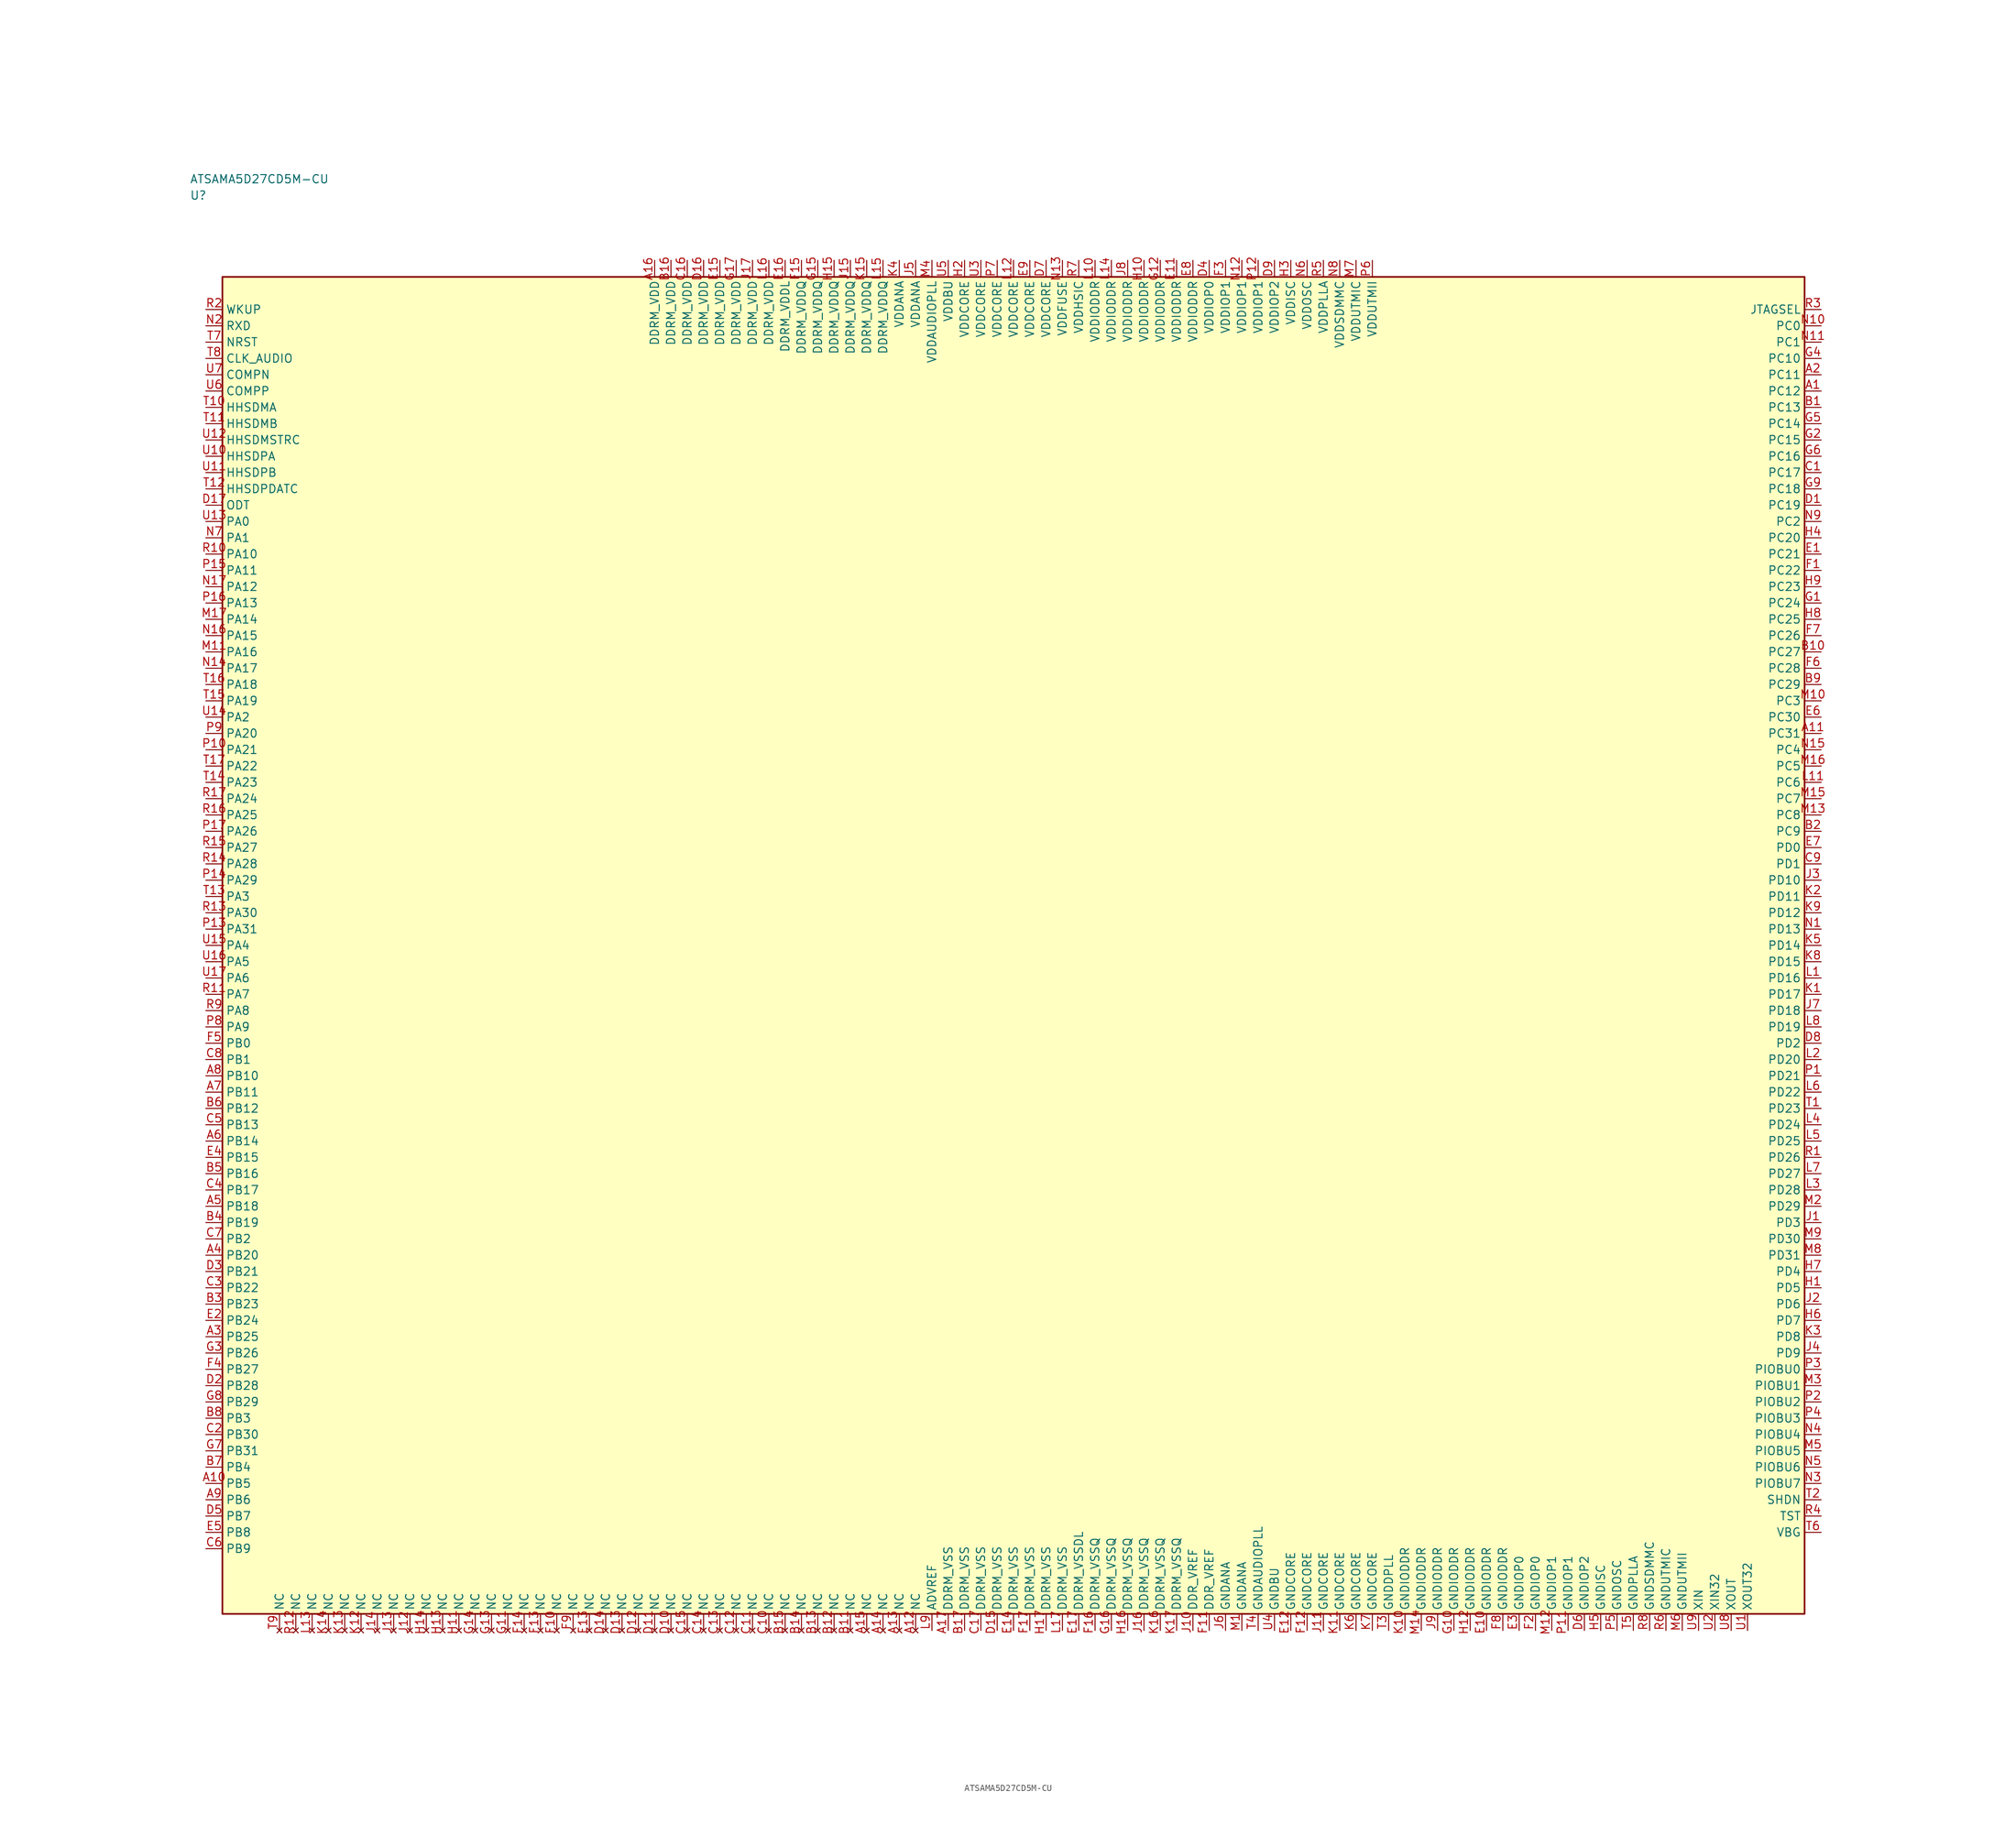
<source format=kicad_sym>
(kicad_symbol_lib
  (version 20241025)
  (generator "kicad_symbol_editor")
  (generator_version "8.0")
  (symbol "ATSAMA5D27CD5M-CU"
    (property "Reference" "U"
      (at -126.25 115.0 0)
      (effects (font (size 1.27 1.27)) (justify left)))
    (property "Value" "ATSAMA5D27CD5M-CU"
      (at -126.25 117.5 0)
      (effects (font (size 1.27 1.27)) (justify left)))
    (symbol "ATSAMA5D27CD5M-CU_0_1"
      (rectangle (start -121.25 102.5) (end 121.25 -102.5) (stroke (width 0.254) (type default)) (fill (type background))))
    (symbol "ATSAMA5D27CD5M-CU_1_1"
      (pin bidirectional line (at -123.79 65.0 0.0) (length 2.54) (name "PA0" (effects (font (size 1.27 1.27)))) (number "U13" (effects (font (size 1.27 1.27)))))
      (pin bidirectional line (at -123.79 62.5 0.0) (length 2.54) (name "PA1" (effects (font (size 1.27 1.27)))) (number "N7" (effects (font (size 1.27 1.27)))))
      (pin bidirectional line (at -123.79 35.0 0.0) (length 2.54) (name "PA2" (effects (font (size 1.27 1.27)))) (number "U14" (effects (font (size 1.27 1.27)))))
      (pin bidirectional line (at -123.79 7.5 0.0) (length 2.54) (name "PA3" (effects (font (size 1.27 1.27)))) (number "T13" (effects (font (size 1.27 1.27)))))
      (pin bidirectional line (at -123.79 0.0 0.0) (length 2.54) (name "PA4" (effects (font (size 1.27 1.27)))) (number "U15" (effects (font (size 1.27 1.27)))))
      (pin bidirectional line (at -123.79 -2.5 0.0) (length 2.54) (name "PA5" (effects (font (size 1.27 1.27)))) (number "U16" (effects (font (size 1.27 1.27)))))
      (pin bidirectional line (at -123.79 -5.0 0.0) (length 2.54) (name "PA6" (effects (font (size 1.27 1.27)))) (number "U17" (effects (font (size 1.27 1.27)))))
      (pin bidirectional line (at -123.79 -7.5 0.0) (length 2.54) (name "PA7" (effects (font (size 1.27 1.27)))) (number "R11" (effects (font (size 1.27 1.27)))))
      (pin bidirectional line (at -123.79 -10.0 0.0) (length 2.54) (name "PA8" (effects (font (size 1.27 1.27)))) (number "R9" (effects (font (size 1.27 1.27)))))
      (pin bidirectional line (at -123.79 -12.5 0.0) (length 2.54) (name "PA9" (effects (font (size 1.27 1.27)))) (number "P8" (effects (font (size 1.27 1.27)))))
      (pin bidirectional line (at -123.79 60.0 0.0) (length 2.54) (name "PA10" (effects (font (size 1.27 1.27)))) (number "R10" (effects (font (size 1.27 1.27)))))
      (pin bidirectional line (at -123.79 57.5 0.0) (length 2.54) (name "PA11" (effects (font (size 1.27 1.27)))) (number "P15" (effects (font (size 1.27 1.27)))))
      (pin bidirectional line (at -123.79 55.0 0.0) (length 2.54) (name "PA12" (effects (font (size 1.27 1.27)))) (number "N17" (effects (font (size 1.27 1.27)))))
      (pin bidirectional line (at -123.79 52.5 0.0) (length 2.54) (name "PA13" (effects (font (size 1.27 1.27)))) (number "P16" (effects (font (size 1.27 1.27)))))
      (pin bidirectional line (at -123.79 50.0 0.0) (length 2.54) (name "PA14" (effects (font (size 1.27 1.27)))) (number "M17" (effects (font (size 1.27 1.27)))))
      (pin bidirectional line (at -123.79 47.5 0.0) (length 2.54) (name "PA15" (effects (font (size 1.27 1.27)))) (number "N16" (effects (font (size 1.27 1.27)))))
      (pin bidirectional line (at -123.79 45.0 0.0) (length 2.54) (name "PA16" (effects (font (size 1.27 1.27)))) (number "M11" (effects (font (size 1.27 1.27)))))
      (pin bidirectional line (at -123.79 42.5 0.0) (length 2.54) (name "PA17" (effects (font (size 1.27 1.27)))) (number "N14" (effects (font (size 1.27 1.27)))))
      (pin bidirectional line (at -123.79 40.0 0.0) (length 2.54) (name "PA18" (effects (font (size 1.27 1.27)))) (number "T16" (effects (font (size 1.27 1.27)))))
      (pin bidirectional line (at -123.79 37.5 0.0) (length 2.54) (name "PA19" (effects (font (size 1.27 1.27)))) (number "T15" (effects (font (size 1.27 1.27)))))
      (pin bidirectional line (at -123.79 32.5 0.0) (length 2.54) (name "PA20" (effects (font (size 1.27 1.27)))) (number "P9" (effects (font (size 1.27 1.27)))))
      (pin bidirectional line (at -123.79 30.0 0.0) (length 2.54) (name "PA21" (effects (font (size 1.27 1.27)))) (number "P10" (effects (font (size 1.27 1.27)))))
      (pin bidirectional line (at -123.79 27.5 0.0) (length 2.54) (name "PA22" (effects (font (size 1.27 1.27)))) (number "T17" (effects (font (size 1.27 1.27)))))
      (pin bidirectional line (at -123.79 25.0 0.0) (length 2.54) (name "PA23" (effects (font (size 1.27 1.27)))) (number "T14" (effects (font (size 1.27 1.27)))))
      (pin bidirectional line (at -123.79 22.5 0.0) (length 2.54) (name "PA24" (effects (font (size 1.27 1.27)))) (number "R17" (effects (font (size 1.27 1.27)))))
      (pin bidirectional line (at -123.79 20.0 0.0) (length 2.54) (name "PA25" (effects (font (size 1.27 1.27)))) (number "R16" (effects (font (size 1.27 1.27)))))
      (pin bidirectional line (at -123.79 17.5 0.0) (length 2.54) (name "PA26" (effects (font (size 1.27 1.27)))) (number "P17" (effects (font (size 1.27 1.27)))))
      (pin bidirectional line (at -123.79 15.0 0.0) (length 2.54) (name "PA27" (effects (font (size 1.27 1.27)))) (number "R15" (effects (font (size 1.27 1.27)))))
      (pin bidirectional line (at -123.79 12.5 0.0) (length 2.54) (name "PA28" (effects (font (size 1.27 1.27)))) (number "R14" (effects (font (size 1.27 1.27)))))
      (pin bidirectional line (at -123.79 10.0 0.0) (length 2.54) (name "PA29" (effects (font (size 1.27 1.27)))) (number "P14" (effects (font (size 1.27 1.27)))))
      (pin bidirectional line (at -123.79 5.0 0.0) (length 2.54) (name "PA30" (effects (font (size 1.27 1.27)))) (number "R13" (effects (font (size 1.27 1.27)))))
      (pin bidirectional line (at -123.79 2.5 0.0) (length 2.54) (name "PA31" (effects (font (size 1.27 1.27)))) (number "P13" (effects (font (size 1.27 1.27)))))
      (pin bidirectional line (at -123.79 -15.0 0.0) (length 2.54) (name "PB0" (effects (font (size 1.27 1.27)))) (number "F5" (effects (font (size 1.27 1.27)))))
      (pin bidirectional line (at -123.79 -17.5 0.0) (length 2.54) (name "PB1" (effects (font (size 1.27 1.27)))) (number "C8" (effects (font (size 1.27 1.27)))))
      (pin bidirectional line (at -123.79 -45.0 0.0) (length 2.54) (name "PB2" (effects (font (size 1.27 1.27)))) (number "C7" (effects (font (size 1.27 1.27)))))
      (pin bidirectional line (at -123.79 -72.5 0.0) (length 2.54) (name "PB3" (effects (font (size 1.27 1.27)))) (number "B8" (effects (font (size 1.27 1.27)))))
      (pin bidirectional line (at -123.79 -80.0 0.0) (length 2.54) (name "PB4" (effects (font (size 1.27 1.27)))) (number "B7" (effects (font (size 1.27 1.27)))))
      (pin bidirectional line (at -123.79 -82.5 0.0) (length 2.54) (name "PB5" (effects (font (size 1.27 1.27)))) (number "A10" (effects (font (size 1.27 1.27)))))
      (pin bidirectional line (at -123.79 -85.0 0.0) (length 2.54) (name "PB6" (effects (font (size 1.27 1.27)))) (number "A9" (effects (font (size 1.27 1.27)))))
      (pin bidirectional line (at -123.79 -87.5 0.0) (length 2.54) (name "PB7" (effects (font (size 1.27 1.27)))) (number "D5" (effects (font (size 1.27 1.27)))))
      (pin bidirectional line (at -123.79 -90.0 0.0) (length 2.54) (name "PB8" (effects (font (size 1.27 1.27)))) (number "E5" (effects (font (size 1.27 1.27)))))
      (pin bidirectional line (at -123.79 -92.5 0.0) (length 2.54) (name "PB9" (effects (font (size 1.27 1.27)))) (number "C6" (effects (font (size 1.27 1.27)))))
      (pin bidirectional line (at -123.79 -20.0 0.0) (length 2.54) (name "PB10" (effects (font (size 1.27 1.27)))) (number "A8" (effects (font (size 1.27 1.27)))))
      (pin bidirectional line (at -123.79 -22.5 0.0) (length 2.54) (name "PB11" (effects (font (size 1.27 1.27)))) (number "A7" (effects (font (size 1.27 1.27)))))
      (pin bidirectional line (at -123.79 -25.0 0.0) (length 2.54) (name "PB12" (effects (font (size 1.27 1.27)))) (number "B6" (effects (font (size 1.27 1.27)))))
      (pin bidirectional line (at -123.79 -27.5 0.0) (length 2.54) (name "PB13" (effects (font (size 1.27 1.27)))) (number "C5" (effects (font (size 1.27 1.27)))))
      (pin bidirectional line (at -123.79 -30.0 0.0) (length 2.54) (name "PB14" (effects (font (size 1.27 1.27)))) (number "A6" (effects (font (size 1.27 1.27)))))
      (pin bidirectional line (at -123.79 -32.5 0.0) (length 2.54) (name "PB15" (effects (font (size 1.27 1.27)))) (number "E4" (effects (font (size 1.27 1.27)))))
      (pin bidirectional line (at -123.79 -35.0 0.0) (length 2.54) (name "PB16" (effects (font (size 1.27 1.27)))) (number "B5" (effects (font (size 1.27 1.27)))))
      (pin bidirectional line (at -123.79 -37.5 0.0) (length 2.54) (name "PB17" (effects (font (size 1.27 1.27)))) (number "C4" (effects (font (size 1.27 1.27)))))
      (pin bidirectional line (at -123.79 -40.0 0.0) (length 2.54) (name "PB18" (effects (font (size 1.27 1.27)))) (number "A5" (effects (font (size 1.27 1.27)))))
      (pin bidirectional line (at -123.79 -42.5 0.0) (length 2.54) (name "PB19" (effects (font (size 1.27 1.27)))) (number "B4" (effects (font (size 1.27 1.27)))))
      (pin bidirectional line (at -123.79 -47.5 0.0) (length 2.54) (name "PB20" (effects (font (size 1.27 1.27)))) (number "A4" (effects (font (size 1.27 1.27)))))
      (pin bidirectional line (at -123.79 -50.0 0.0) (length 2.54) (name "PB21" (effects (font (size 1.27 1.27)))) (number "D3" (effects (font (size 1.27 1.27)))))
      (pin bidirectional line (at -123.79 -52.5 0.0) (length 2.54) (name "PB22" (effects (font (size 1.27 1.27)))) (number "C3" (effects (font (size 1.27 1.27)))))
      (pin bidirectional line (at -123.79 -55.0 0.0) (length 2.54) (name "PB23" (effects (font (size 1.27 1.27)))) (number "B3" (effects (font (size 1.27 1.27)))))
      (pin bidirectional line (at -123.79 -57.5 0.0) (length 2.54) (name "PB24" (effects (font (size 1.27 1.27)))) (number "E2" (effects (font (size 1.27 1.27)))))
      (pin bidirectional line (at -123.79 -60.0 0.0) (length 2.54) (name "PB25" (effects (font (size 1.27 1.27)))) (number "A3" (effects (font (size 1.27 1.27)))))
      (pin bidirectional line (at -123.79 -62.5 0.0) (length 2.54) (name "PB26" (effects (font (size 1.27 1.27)))) (number "G3" (effects (font (size 1.27 1.27)))))
      (pin bidirectional line (at -123.79 -65.0 0.0) (length 2.54) (name "PB27" (effects (font (size 1.27 1.27)))) (number "F4" (effects (font (size 1.27 1.27)))))
      (pin bidirectional line (at -123.79 -67.5 0.0) (length 2.54) (name "PB28" (effects (font (size 1.27 1.27)))) (number "D2" (effects (font (size 1.27 1.27)))))
      (pin bidirectional line (at -123.79 -70.0 0.0) (length 2.54) (name "PB29" (effects (font (size 1.27 1.27)))) (number "G8" (effects (font (size 1.27 1.27)))))
      (pin bidirectional line (at -123.79 -75.0 0.0) (length 2.54) (name "PB30" (effects (font (size 1.27 1.27)))) (number "C2" (effects (font (size 1.27 1.27)))))
      (pin bidirectional line (at -123.79 -77.5 0.0) (length 2.54) (name "PB31" (effects (font (size 1.27 1.27)))) (number "G7" (effects (font (size 1.27 1.27)))))
      (pin bidirectional line (at 123.79 95.0 180.0) (length 2.54) (name "PC0" (effects (font (size 1.27 1.27)))) (number "N10" (effects (font (size 1.27 1.27)))))
      (pin bidirectional line (at 123.79 92.5 180.0) (length 2.54) (name "PC1" (effects (font (size 1.27 1.27)))) (number "N11" (effects (font (size 1.27 1.27)))))
      (pin bidirectional line (at 123.79 65.0 180.0) (length 2.54) (name "PC2" (effects (font (size 1.27 1.27)))) (number "N9" (effects (font (size 1.27 1.27)))))
      (pin bidirectional line (at 123.79 37.5 180.0) (length 2.54) (name "PC3" (effects (font (size 1.27 1.27)))) (number "M10" (effects (font (size 1.27 1.27)))))
      (pin bidirectional line (at 123.79 30.0 180.0) (length 2.54) (name "PC4" (effects (font (size 1.27 1.27)))) (number "N15" (effects (font (size 1.27 1.27)))))
      (pin bidirectional line (at 123.79 27.5 180.0) (length 2.54) (name "PC5" (effects (font (size 1.27 1.27)))) (number "M16" (effects (font (size 1.27 1.27)))))
      (pin bidirectional line (at 123.79 25.0 180.0) (length 2.54) (name "PC6" (effects (font (size 1.27 1.27)))) (number "L11" (effects (font (size 1.27 1.27)))))
      (pin bidirectional line (at 123.79 22.5 180.0) (length 2.54) (name "PC7" (effects (font (size 1.27 1.27)))) (number "M15" (effects (font (size 1.27 1.27)))))
      (pin bidirectional line (at 123.79 20.0 180.0) (length 2.54) (name "PC8" (effects (font (size 1.27 1.27)))) (number "M13" (effects (font (size 1.27 1.27)))))
      (pin bidirectional line (at 123.79 17.5 180.0) (length 2.54) (name "PC9" (effects (font (size 1.27 1.27)))) (number "B2" (effects (font (size 1.27 1.27)))))
      (pin bidirectional line (at 123.79 90.0 180.0) (length 2.54) (name "PC10" (effects (font (size 1.27 1.27)))) (number "G4" (effects (font (size 1.27 1.27)))))
      (pin bidirectional line (at 123.79 87.5 180.0) (length 2.54) (name "PC11" (effects (font (size 1.27 1.27)))) (number "A2" (effects (font (size 1.27 1.27)))))
      (pin bidirectional line (at 123.79 85.0 180.0) (length 2.54) (name "PC12" (effects (font (size 1.27 1.27)))) (number "A1" (effects (font (size 1.27 1.27)))))
      (pin bidirectional line (at 123.79 82.5 180.0) (length 2.54) (name "PC13" (effects (font (size 1.27 1.27)))) (number "B1" (effects (font (size 1.27 1.27)))))
      (pin bidirectional line (at 123.79 80.0 180.0) (length 2.54) (name "PC14" (effects (font (size 1.27 1.27)))) (number "G5" (effects (font (size 1.27 1.27)))))
      (pin bidirectional line (at 123.79 77.5 180.0) (length 2.54) (name "PC15" (effects (font (size 1.27 1.27)))) (number "G2" (effects (font (size 1.27 1.27)))))
      (pin bidirectional line (at 123.79 75.0 180.0) (length 2.54) (name "PC16" (effects (font (size 1.27 1.27)))) (number "G6" (effects (font (size 1.27 1.27)))))
      (pin bidirectional line (at 123.79 72.5 180.0) (length 2.54) (name "PC17" (effects (font (size 1.27 1.27)))) (number "C1" (effects (font (size 1.27 1.27)))))
      (pin bidirectional line (at 123.79 70.0 180.0) (length 2.54) (name "PC18" (effects (font (size 1.27 1.27)))) (number "G9" (effects (font (size 1.27 1.27)))))
      (pin bidirectional line (at 123.79 67.5 180.0) (length 2.54) (name "PC19" (effects (font (size 1.27 1.27)))) (number "D1" (effects (font (size 1.27 1.27)))))
      (pin bidirectional line (at 123.79 62.5 180.0) (length 2.54) (name "PC20" (effects (font (size 1.27 1.27)))) (number "H4" (effects (font (size 1.27 1.27)))))
      (pin bidirectional line (at 123.79 60.0 180.0) (length 2.54) (name "PC21" (effects (font (size 1.27 1.27)))) (number "E1" (effects (font (size 1.27 1.27)))))
      (pin bidirectional line (at 123.79 57.5 180.0) (length 2.54) (name "PC22" (effects (font (size 1.27 1.27)))) (number "F1" (effects (font (size 1.27 1.27)))))
      (pin bidirectional line (at 123.79 55.0 180.0) (length 2.54) (name "PC23" (effects (font (size 1.27 1.27)))) (number "H9" (effects (font (size 1.27 1.27)))))
      (pin bidirectional line (at 123.79 52.5 180.0) (length 2.54) (name "PC24" (effects (font (size 1.27 1.27)))) (number "G1" (effects (font (size 1.27 1.27)))))
      (pin bidirectional line (at 123.79 50.0 180.0) (length 2.54) (name "PC25" (effects (font (size 1.27 1.27)))) (number "H8" (effects (font (size 1.27 1.27)))))
      (pin bidirectional line (at 123.79 47.5 180.0) (length 2.54) (name "PC26" (effects (font (size 1.27 1.27)))) (number "F7" (effects (font (size 1.27 1.27)))))
      (pin bidirectional line (at 123.79 45.0 180.0) (length 2.54) (name "PC27" (effects (font (size 1.27 1.27)))) (number "B10" (effects (font (size 1.27 1.27)))))
      (pin bidirectional line (at 123.79 42.5 180.0) (length 2.54) (name "PC28" (effects (font (size 1.27 1.27)))) (number "F6" (effects (font (size 1.27 1.27)))))
      (pin bidirectional line (at 123.79 40.0 180.0) (length 2.54) (name "PC29" (effects (font (size 1.27 1.27)))) (number "B9" (effects (font (size 1.27 1.27)))))
      (pin bidirectional line (at 123.79 35.0 180.0) (length 2.54) (name "PC30" (effects (font (size 1.27 1.27)))) (number "E6" (effects (font (size 1.27 1.27)))))
      (pin bidirectional line (at 123.79 32.5 180.0) (length 2.54) (name "PC31" (effects (font (size 1.27 1.27)))) (number "A11" (effects (font (size 1.27 1.27)))))
      (pin bidirectional line (at 123.79 15.0 180.0) (length 2.54) (name "PD0" (effects (font (size 1.27 1.27)))) (number "E7" (effects (font (size 1.27 1.27)))))
      (pin bidirectional line (at 123.79 12.5 180.0) (length 2.54) (name "PD1" (effects (font (size 1.27 1.27)))) (number "C9" (effects (font (size 1.27 1.27)))))
      (pin bidirectional line (at 123.79 -15.0 180.0) (length 2.54) (name "PD2" (effects (font (size 1.27 1.27)))) (number "D8" (effects (font (size 1.27 1.27)))))
      (pin bidirectional line (at 123.79 -42.5 180.0) (length 2.54) (name "PD3" (effects (font (size 1.27 1.27)))) (number "J1" (effects (font (size 1.27 1.27)))))
      (pin bidirectional line (at 123.79 -50.0 180.0) (length 2.54) (name "PD4" (effects (font (size 1.27 1.27)))) (number "H7" (effects (font (size 1.27 1.27)))))
      (pin bidirectional line (at 123.79 -52.5 180.0) (length 2.54) (name "PD5" (effects (font (size 1.27 1.27)))) (number "H1" (effects (font (size 1.27 1.27)))))
      (pin bidirectional line (at 123.79 -55.0 180.0) (length 2.54) (name "PD6" (effects (font (size 1.27 1.27)))) (number "J2" (effects (font (size 1.27 1.27)))))
      (pin bidirectional line (at 123.79 -57.5 180.0) (length 2.54) (name "PD7" (effects (font (size 1.27 1.27)))) (number "H6" (effects (font (size 1.27 1.27)))))
      (pin bidirectional line (at 123.79 -60.0 180.0) (length 2.54) (name "PD8" (effects (font (size 1.27 1.27)))) (number "K3" (effects (font (size 1.27 1.27)))))
      (pin bidirectional line (at 123.79 -62.5 180.0) (length 2.54) (name "PD9" (effects (font (size 1.27 1.27)))) (number "J4" (effects (font (size 1.27 1.27)))))
      (pin bidirectional line (at 123.79 10.0 180.0) (length 2.54) (name "PD10" (effects (font (size 1.27 1.27)))) (number "J3" (effects (font (size 1.27 1.27)))))
      (pin bidirectional line (at 123.79 7.5 180.0) (length 2.54) (name "PD11" (effects (font (size 1.27 1.27)))) (number "K2" (effects (font (size 1.27 1.27)))))
      (pin bidirectional line (at 123.79 5.0 180.0) (length 2.54) (name "PD12" (effects (font (size 1.27 1.27)))) (number "K9" (effects (font (size 1.27 1.27)))))
      (pin bidirectional line (at 123.79 2.5 180.0) (length 2.54) (name "PD13" (effects (font (size 1.27 1.27)))) (number "N1" (effects (font (size 1.27 1.27)))))
      (pin bidirectional line (at 123.79 0.0 180.0) (length 2.54) (name "PD14" (effects (font (size 1.27 1.27)))) (number "K5" (effects (font (size 1.27 1.27)))))
      (pin bidirectional line (at 123.79 -2.5 180.0) (length 2.54) (name "PD15" (effects (font (size 1.27 1.27)))) (number "K8" (effects (font (size 1.27 1.27)))))
      (pin bidirectional line (at 123.79 -5.0 180.0) (length 2.54) (name "PD16" (effects (font (size 1.27 1.27)))) (number "L1" (effects (font (size 1.27 1.27)))))
      (pin bidirectional line (at 123.79 -7.5 180.0) (length 2.54) (name "PD17" (effects (font (size 1.27 1.27)))) (number "K1" (effects (font (size 1.27 1.27)))))
      (pin bidirectional line (at 123.79 -10.0 180.0) (length 2.54) (name "PD18" (effects (font (size 1.27 1.27)))) (number "J7" (effects (font (size 1.27 1.27)))))
      (pin bidirectional line (at 123.79 -12.5 180.0) (length 2.54) (name "PD19" (effects (font (size 1.27 1.27)))) (number "L8" (effects (font (size 1.27 1.27)))))
      (pin bidirectional line (at 123.79 -17.5 180.0) (length 2.54) (name "PD20" (effects (font (size 1.27 1.27)))) (number "L2" (effects (font (size 1.27 1.27)))))
      (pin bidirectional line (at 123.79 -20.0 180.0) (length 2.54) (name "PD21" (effects (font (size 1.27 1.27)))) (number "P1" (effects (font (size 1.27 1.27)))))
      (pin bidirectional line (at 123.79 -22.5 180.0) (length 2.54) (name "PD22" (effects (font (size 1.27 1.27)))) (number "L6" (effects (font (size 1.27 1.27)))))
      (pin bidirectional line (at 123.79 -25.0 180.0) (length 2.54) (name "PD23" (effects (font (size 1.27 1.27)))) (number "T1" (effects (font (size 1.27 1.27)))))
      (pin bidirectional line (at 123.79 -27.5 180.0) (length 2.54) (name "PD24" (effects (font (size 1.27 1.27)))) (number "L4" (effects (font (size 1.27 1.27)))))
      (pin bidirectional line (at 123.79 -30.0 180.0) (length 2.54) (name "PD25" (effects (font (size 1.27 1.27)))) (number "L5" (effects (font (size 1.27 1.27)))))
      (pin bidirectional line (at 123.79 -32.5 180.0) (length 2.54) (name "PD26" (effects (font (size 1.27 1.27)))) (number "R1" (effects (font (size 1.27 1.27)))))
      (pin bidirectional line (at 123.79 -35.0 180.0) (length 2.54) (name "PD27" (effects (font (size 1.27 1.27)))) (number "L7" (effects (font (size 1.27 1.27)))))
      (pin bidirectional line (at 123.79 -37.5 180.0) (length 2.54) (name "PD28" (effects (font (size 1.27 1.27)))) (number "L3" (effects (font (size 1.27 1.27)))))
      (pin bidirectional line (at 123.79 -40.0 180.0) (length 2.54) (name "PD29" (effects (font (size 1.27 1.27)))) (number "M2" (effects (font (size 1.27 1.27)))))
      (pin bidirectional line (at 123.79 -45.0 180.0) (length 2.54) (name "PD30" (effects (font (size 1.27 1.27)))) (number "M9" (effects (font (size 1.27 1.27)))))
      (pin bidirectional line (at 123.79 -47.5 180.0) (length 2.54) (name "PD31" (effects (font (size 1.27 1.27)))) (number "M8" (effects (font (size 1.27 1.27)))))
      (pin passive line (at -12.5 -105.04 90.0) (length 2.54) (name "ADVREF" (effects (font (size 1.27 1.27)))) (number "L9" (effects (font (size 1.27 1.27)))))
      (pin power_in line (at -17.5 105.04 270.0) (length 2.54) (name "VDDANA" (effects (font (size 1.27 1.27)))) (number "K4" (effects (font (size 1.27 1.27)))))
      (pin power_in line (at -15.0 105.04 270.0) (length 2.54) (name "VDDANA" (effects (font (size 1.27 1.27)))) (number "J5" (effects (font (size 1.27 1.27)))))
      (pin passive line (at 32.5 -105.04 90.0) (length 2.54) (name "GNDANA" (effects (font (size 1.27 1.27)))) (number "J6" (effects (font (size 1.27 1.27)))))
      (pin passive line (at 35.0 -105.04 90.0) (length 2.54) (name "GNDANA" (effects (font (size 1.27 1.27)))) (number "M1" (effects (font (size 1.27 1.27)))))
      (pin passive line (at 27.5 -105.04 90.0) (length 2.54) (name "DDR_VREF" (effects (font (size 1.27 1.27)))) (number "J10" (effects (font (size 1.27 1.27)))))
      (pin passive line (at 30.0 -105.04 90.0) (length 2.54) (name "DDR_VREF" (effects (font (size 1.27 1.27)))) (number "F11" (effects (font (size 1.27 1.27)))))
      (pin power_in line (at 12.5 105.04 270.0) (length 2.54) (name "VDDIODDR" (effects (font (size 1.27 1.27)))) (number "L10" (effects (font (size 1.27 1.27)))))
      (pin power_in line (at 15.0 105.04 270.0) (length 2.54) (name "VDDIODDR" (effects (font (size 1.27 1.27)))) (number "L14" (effects (font (size 1.27 1.27)))))
      (pin power_in line (at 17.5 105.04 270.0) (length 2.54) (name "VDDIODDR" (effects (font (size 1.27 1.27)))) (number "J8" (effects (font (size 1.27 1.27)))))
      (pin power_in line (at 20.0 105.04 270.0) (length 2.54) (name "VDDIODDR" (effects (font (size 1.27 1.27)))) (number "H10" (effects (font (size 1.27 1.27)))))
      (pin power_in line (at 22.5 105.04 270.0) (length 2.54) (name "VDDIODDR" (effects (font (size 1.27 1.27)))) (number "G12" (effects (font (size 1.27 1.27)))))
      (pin power_in line (at 25.0 105.04 270.0) (length 2.54) (name "VDDIODDR" (effects (font (size 1.27 1.27)))) (number "E11" (effects (font (size 1.27 1.27)))))
      (pin power_in line (at 27.5 105.04 270.0) (length 2.54) (name "VDDIODDR" (effects (font (size 1.27 1.27)))) (number "E8" (effects (font (size 1.27 1.27)))))
      (pin passive line (at 60.0 -105.04 90.0) (length 2.54) (name "GNDIODDR" (effects (font (size 1.27 1.27)))) (number "K10" (effects (font (size 1.27 1.27)))))
      (pin passive line (at 62.5 -105.04 90.0) (length 2.54) (name "GNDIODDR" (effects (font (size 1.27 1.27)))) (number "M14" (effects (font (size 1.27 1.27)))))
      (pin passive line (at 65.0 -105.04 90.0) (length 2.54) (name "GNDIODDR" (effects (font (size 1.27 1.27)))) (number "J9" (effects (font (size 1.27 1.27)))))
      (pin passive line (at 67.5 -105.04 90.0) (length 2.54) (name "GNDIODDR" (effects (font (size 1.27 1.27)))) (number "G10" (effects (font (size 1.27 1.27)))))
      (pin passive line (at 70.0 -105.04 90.0) (length 2.54) (name "GNDIODDR" (effects (font (size 1.27 1.27)))) (number "H12" (effects (font (size 1.27 1.27)))))
      (pin passive line (at 72.5 -105.04 90.0) (length 2.54) (name "GNDIODDR" (effects (font (size 1.27 1.27)))) (number "E10" (effects (font (size 1.27 1.27)))))
      (pin passive line (at 75.0 -105.04 90.0) (length 2.54) (name "GNDIODDR" (effects (font (size 1.27 1.27)))) (number "F8" (effects (font (size 1.27 1.27)))))
      (pin power_in line (at -7.5 105.04 270.0) (length 2.54) (name "VDDCORE" (effects (font (size 1.27 1.27)))) (number "H2" (effects (font (size 1.27 1.27)))))
      (pin power_in line (at -5.0 105.04 270.0) (length 2.54) (name "VDDCORE" (effects (font (size 1.27 1.27)))) (number "U3" (effects (font (size 1.27 1.27)))))
      (pin power_in line (at -2.5 105.04 270.0) (length 2.54) (name "VDDCORE" (effects (font (size 1.27 1.27)))) (number "P7" (effects (font (size 1.27 1.27)))))
      (pin power_in line (at 0.0 105.04 270.0) (length 2.54) (name "VDDCORE" (effects (font (size 1.27 1.27)))) (number "L12" (effects (font (size 1.27 1.27)))))
      (pin power_in line (at 2.5 105.04 270.0) (length 2.54) (name "VDDCORE" (effects (font (size 1.27 1.27)))) (number "E9" (effects (font (size 1.27 1.27)))))
      (pin power_in line (at 5.0 105.04 270.0) (length 2.54) (name "VDDCORE" (effects (font (size 1.27 1.27)))) (number "D7" (effects (font (size 1.27 1.27)))))
      (pin passive line (at 42.5 -105.04 90.0) (length 2.54) (name "GNDCORE" (effects (font (size 1.27 1.27)))) (number "E12" (effects (font (size 1.27 1.27)))))
      (pin passive line (at 45.0 -105.04 90.0) (length 2.54) (name "GNDCORE" (effects (font (size 1.27 1.27)))) (number "F12" (effects (font (size 1.27 1.27)))))
      (pin passive line (at 47.5 -105.04 90.0) (length 2.54) (name "GNDCORE" (effects (font (size 1.27 1.27)))) (number "J11" (effects (font (size 1.27 1.27)))))
      (pin passive line (at 50.0 -105.04 90.0) (length 2.54) (name "GNDCORE" (effects (font (size 1.27 1.27)))) (number "K11" (effects (font (size 1.27 1.27)))))
      (pin passive line (at 52.5 -105.04 90.0) (length 2.54) (name "GNDCORE" (effects (font (size 1.27 1.27)))) (number "K6" (effects (font (size 1.27 1.27)))))
      (pin passive line (at 55.0 -105.04 90.0) (length 2.54) (name "GNDCORE" (effects (font (size 1.27 1.27)))) (number "K7" (effects (font (size 1.27 1.27)))))
      (pin power_in line (at 30.0 105.04 270.0) (length 2.54) (name "VDDIOP0" (effects (font (size 1.27 1.27)))) (number "D4" (effects (font (size 1.27 1.27)))))
      (pin power_in line (at 32.5 105.04 270.0) (length 2.54) (name "VDDIOP1" (effects (font (size 1.27 1.27)))) (number "F3" (effects (font (size 1.27 1.27)))))
      (pin passive line (at 77.5 -105.04 90.0) (length 2.54) (name "GNDIOP0" (effects (font (size 1.27 1.27)))) (number "E3" (effects (font (size 1.27 1.27)))))
      (pin passive line (at 80.0 -105.04 90.0) (length 2.54) (name "GNDIOP0" (effects (font (size 1.27 1.27)))) (number "F2" (effects (font (size 1.27 1.27)))))
      (pin power_in line (at 35.0 105.04 270.0) (length 2.54) (name "VDDIOP1" (effects (font (size 1.27 1.27)))) (number "N12" (effects (font (size 1.27 1.27)))))
      (pin power_in line (at 37.5 105.04 270.0) (length 2.54) (name "VDDIOP1" (effects (font (size 1.27 1.27)))) (number "P12" (effects (font (size 1.27 1.27)))))
      (pin passive line (at 82.5 -105.04 90.0) (length 2.54) (name "GNDIOP1" (effects (font (size 1.27 1.27)))) (number "M12" (effects (font (size 1.27 1.27)))))
      (pin passive line (at 85.0 -105.04 90.0) (length 2.54) (name "GNDIOP1" (effects (font (size 1.27 1.27)))) (number "P11" (effects (font (size 1.27 1.27)))))
      (pin power_in line (at 40.0 105.04 270.0) (length 2.54) (name "VDDIOP2" (effects (font (size 1.27 1.27)))) (number "D9" (effects (font (size 1.27 1.27)))))
      (pin passive line (at 87.5 -105.04 90.0) (length 2.54) (name "GNDIOP2" (effects (font (size 1.27 1.27)))) (number "D6" (effects (font (size 1.27 1.27)))))
      (pin power_in line (at 50.0 105.04 270.0) (length 2.54) (name "VDDSDMMC" (effects (font (size 1.27 1.27)))) (number "N8" (effects (font (size 1.27 1.27)))))
      (pin passive line (at 97.5 -105.04 90.0) (length 2.54) (name "GNDSDMMC" (effects (font (size 1.27 1.27)))) (number "R8" (effects (font (size 1.27 1.27)))))
      (pin power_in line (at 42.5 105.04 270.0) (length 2.54) (name "VDDISC" (effects (font (size 1.27 1.27)))) (number "H3" (effects (font (size 1.27 1.27)))))
      (pin passive line (at 90.0 -105.04 90.0) (length 2.54) (name "GNDISC" (effects (font (size 1.27 1.27)))) (number "H5" (effects (font (size 1.27 1.27)))))
      (pin power_in line (at 7.5 105.04 270.0) (length 2.54) (name "VDDFUSE" (effects (font (size 1.27 1.27)))) (number "N13" (effects (font (size 1.27 1.27)))))
      (pin power_in line (at 47.5 105.04 270.0) (length 2.54) (name "VDDPLLA" (effects (font (size 1.27 1.27)))) (number "R5" (effects (font (size 1.27 1.27)))))
      (pin passive line (at 95.0 -105.04 90.0) (length 2.54) (name "GNDPLLA" (effects (font (size 1.27 1.27)))) (number "T5" (effects (font (size 1.27 1.27)))))
      (pin power_in line (at -12.5 105.04 270.0) (length 2.54) (name "VDDAUDIOPLL" (effects (font (size 1.27 1.27)))) (number "M4" (effects (font (size 1.27 1.27)))))
      (pin passive line (at 57.5 -105.04 90.0) (length 2.54) (name "GNDDPLL" (effects (font (size 1.27 1.27)))) (number "T3" (effects (font (size 1.27 1.27)))))
      (pin passive line (at 37.5 -105.04 90.0) (length 2.54) (name "GNDAUDIOPLL" (effects (font (size 1.27 1.27)))) (number "T4" (effects (font (size 1.27 1.27)))))
      (pin bidirectional line (at -123.79 90.0 0.0) (length 2.54) (name "CLK_AUDIO" (effects (font (size 1.27 1.27)))) (number "T8" (effects (font (size 1.27 1.27)))))
      (pin passive line (at 105.0 -105.04 90.0) (length 2.54) (name "XIN" (effects (font (size 1.27 1.27)))) (number "U9" (effects (font (size 1.27 1.27)))))
      (pin passive line (at 110.0 -105.04 90.0) (length 2.54) (name "XOUT" (effects (font (size 1.27 1.27)))) (number "U8" (effects (font (size 1.27 1.27)))))
      (pin power_in line (at 45.0 105.04 270.0) (length 2.54) (name "VDDOSC" (effects (font (size 1.27 1.27)))) (number "N6" (effects (font (size 1.27 1.27)))))
      (pin passive line (at 92.5 -105.04 90.0) (length 2.54) (name "GNDOSC" (effects (font (size 1.27 1.27)))) (number "P5" (effects (font (size 1.27 1.27)))))
      (pin power_in line (at 55.0 105.04 270.0) (length 2.54) (name "VDDUTMII" (effects (font (size 1.27 1.27)))) (number "P6" (effects (font (size 1.27 1.27)))))
      (pin power_in line (at 10.0 105.04 270.0) (length 2.54) (name "VDDHSIC" (effects (font (size 1.27 1.27)))) (number "R7" (effects (font (size 1.27 1.27)))))
      (pin passive line (at 102.5 -105.04 90.0) (length 2.54) (name "GNDUTMII" (effects (font (size 1.27 1.27)))) (number "M6" (effects (font (size 1.27 1.27)))))
      (pin bidirectional line (at -123.79 75.0 0.0) (length 2.54) (name "HHSDPA" (effects (font (size 1.27 1.27)))) (number "U10" (effects (font (size 1.27 1.27)))))
      (pin bidirectional line (at -123.79 82.5 0.0) (length 2.54) (name "HHSDMA" (effects (font (size 1.27 1.27)))) (number "T10" (effects (font (size 1.27 1.27)))))
      (pin bidirectional line (at -123.79 72.5 0.0) (length 2.54) (name "HHSDPB" (effects (font (size 1.27 1.27)))) (number "U11" (effects (font (size 1.27 1.27)))))
      (pin bidirectional line (at -123.79 80.0 0.0) (length 2.54) (name "HHSDMB" (effects (font (size 1.27 1.27)))) (number "T11" (effects (font (size 1.27 1.27)))))
      (pin bidirectional line (at -123.79 70.0 0.0) (length 2.54) (name "HHSDPDATC" (effects (font (size 1.27 1.27)))) (number "T12" (effects (font (size 1.27 1.27)))))
      (pin bidirectional line (at -123.79 77.5 0.0) (length 2.54) (name "HHSDMSTRC" (effects (font (size 1.27 1.27)))) (number "U12" (effects (font (size 1.27 1.27)))))
      (pin power_in line (at 52.5 105.04 270.0) (length 2.54) (name "VDDUTMIC" (effects (font (size 1.27 1.27)))) (number "M7" (effects (font (size 1.27 1.27)))))
      (pin passive line (at 100.0 -105.04 90.0) (length 2.54) (name "GNDUTMIC" (effects (font (size 1.27 1.27)))) (number "R6" (effects (font (size 1.27 1.27)))))
      (pin bidirectional line (at 123.79 -90.0 180.0) (length 2.54) (name "VBG" (effects (font (size 1.27 1.27)))) (number "T6" (effects (font (size 1.27 1.27)))))
      (pin bidirectional line (at 123.79 -87.5 180.0) (length 2.54) (name "TST" (effects (font (size 1.27 1.27)))) (number "R4" (effects (font (size 1.27 1.27)))))
      (pin input line (at -123.79 92.5 0.0) (length 2.54) (name "NRST" (effects (font (size 1.27 1.27)))) (number "T7" (effects (font (size 1.27 1.27)))))
      (pin output line (at 123.79 97.5 180.0) (length 2.54) (name "JTAGSEL" (effects (font (size 1.27 1.27)))) (number "R3" (effects (font (size 1.27 1.27)))))
      (pin input line (at -123.79 97.5 0.0) (length 2.54) (name "WKUP" (effects (font (size 1.27 1.27)))) (number "R2" (effects (font (size 1.27 1.27)))))
      (pin input line (at -123.79 95.0 0.0) (length 2.54) (name "RXD" (effects (font (size 1.27 1.27)))) (number "N2" (effects (font (size 1.27 1.27)))))
      (pin bidirectional line (at 123.79 -85.0 180.0) (length 2.54) (name "SHDN" (effects (font (size 1.27 1.27)))) (number "T2" (effects (font (size 1.27 1.27)))))
      (pin bidirectional line (at 123.79 -65.0 180.0) (length 2.54) (name "PIOBU0" (effects (font (size 1.27 1.27)))) (number "P3" (effects (font (size 1.27 1.27)))))
      (pin bidirectional line (at 123.79 -67.5 180.0) (length 2.54) (name "PIOBU1" (effects (font (size 1.27 1.27)))) (number "M3" (effects (font (size 1.27 1.27)))))
      (pin bidirectional line (at 123.79 -70.0 180.0) (length 2.54) (name "PIOBU2" (effects (font (size 1.27 1.27)))) (number "P2" (effects (font (size 1.27 1.27)))))
      (pin bidirectional line (at 123.79 -72.5 180.0) (length 2.54) (name "PIOBU3" (effects (font (size 1.27 1.27)))) (number "P4" (effects (font (size 1.27 1.27)))))
      (pin bidirectional line (at 123.79 -75.0 180.0) (length 2.54) (name "PIOBU4" (effects (font (size 1.27 1.27)))) (number "N4" (effects (font (size 1.27 1.27)))))
      (pin bidirectional line (at 123.79 -77.5 180.0) (length 2.54) (name "PIOBU5" (effects (font (size 1.27 1.27)))) (number "M5" (effects (font (size 1.27 1.27)))))
      (pin bidirectional line (at 123.79 -80.0 180.0) (length 2.54) (name "PIOBU6" (effects (font (size 1.27 1.27)))) (number "N5" (effects (font (size 1.27 1.27)))))
      (pin bidirectional line (at 123.79 -82.5 180.0) (length 2.54) (name "PIOBU7" (effects (font (size 1.27 1.27)))) (number "N3" (effects (font (size 1.27 1.27)))))
      (pin power_in line (at -10.0 105.04 270.0) (length 2.54) (name "VDDBU" (effects (font (size 1.27 1.27)))) (number "U5" (effects (font (size 1.27 1.27)))))
      (pin passive line (at 40.0 -105.04 90.0) (length 2.54) (name "GNDBU" (effects (font (size 1.27 1.27)))) (number "U4" (effects (font (size 1.27 1.27)))))
      (pin passive line (at 107.5 -105.04 90.0) (length 2.54) (name "XIN32" (effects (font (size 1.27 1.27)))) (number "U2" (effects (font (size 1.27 1.27)))))
      (pin passive line (at 112.5 -105.04 90.0) (length 2.54) (name "XOUT32" (effects (font (size 1.27 1.27)))) (number "U1" (effects (font (size 1.27 1.27)))))
      (pin bidirectional line (at -123.79 85.0 0.0) (length 2.54) (name "COMPP" (effects (font (size 1.27 1.27)))) (number "U6" (effects (font (size 1.27 1.27)))))
      (pin bidirectional line (at -123.79 87.5 0.0) (length 2.54) (name "COMPN" (effects (font (size 1.27 1.27)))) (number "U7" (effects (font (size 1.27 1.27)))))
      (pin bidirectional line (at -123.79 67.5 0.0) (length 2.54) (name "ODT" (effects (font (size 1.27 1.27)))) (number "D17" (effects (font (size 1.27 1.27)))))
      (pin power_in line (at -55.0 105.04 270.0) (length 2.54) (name "DDRM_VDD" (effects (font (size 1.27 1.27)))) (number "A16" (effects (font (size 1.27 1.27)))))
      (pin power_in line (at -52.5 105.04 270.0) (length 2.54) (name "DDRM_VDD" (effects (font (size 1.27 1.27)))) (number "B16" (effects (font (size 1.27 1.27)))))
      (pin power_in line (at -50.0 105.04 270.0) (length 2.54) (name "DDRM_VDD" (effects (font (size 1.27 1.27)))) (number "C16" (effects (font (size 1.27 1.27)))))
      (pin power_in line (at -47.5 105.04 270.0) (length 2.54) (name "DDRM_VDD" (effects (font (size 1.27 1.27)))) (number "D16" (effects (font (size 1.27 1.27)))))
      (pin power_in line (at -45.0 105.04 270.0) (length 2.54) (name "DDRM_VDD" (effects (font (size 1.27 1.27)))) (number "E15" (effects (font (size 1.27 1.27)))))
      (pin power_in line (at -42.5 105.04 270.0) (length 2.54) (name "DDRM_VDD" (effects (font (size 1.27 1.27)))) (number "G17" (effects (font (size 1.27 1.27)))))
      (pin power_in line (at -40.0 105.04 270.0) (length 2.54) (name "DDRM_VDD" (effects (font (size 1.27 1.27)))) (number "J17" (effects (font (size 1.27 1.27)))))
      (pin power_in line (at -37.5 105.04 270.0) (length 2.54) (name "DDRM_VDD" (effects (font (size 1.27 1.27)))) (number "L16" (effects (font (size 1.27 1.27)))))
      (pin power_in line (at -35.0 105.04 270.0) (length 2.54) (name "DDRM_VDDL" (effects (font (size 1.27 1.27)))) (number "E16" (effects (font (size 1.27 1.27)))))
      (pin power_in line (at -32.5 105.04 270.0) (length 2.54) (name "DDRM_VDDQ" (effects (font (size 1.27 1.27)))) (number "F15" (effects (font (size 1.27 1.27)))))
      (pin power_in line (at -30.0 105.04 270.0) (length 2.54) (name "DDRM_VDDQ" (effects (font (size 1.27 1.27)))) (number "G15" (effects (font (size 1.27 1.27)))))
      (pin power_in line (at -27.5 105.04 270.0) (length 2.54) (name "DDRM_VDDQ" (effects (font (size 1.27 1.27)))) (number "H15" (effects (font (size 1.27 1.27)))))
      (pin power_in line (at -25.0 105.04 270.0) (length 2.54) (name "DDRM_VDDQ" (effects (font (size 1.27 1.27)))) (number "J15" (effects (font (size 1.27 1.27)))))
      (pin power_in line (at -22.5 105.04 270.0) (length 2.54) (name "DDRM_VDDQ" (effects (font (size 1.27 1.27)))) (number "K15" (effects (font (size 1.27 1.27)))))
      (pin power_in line (at -20.0 105.04 270.0) (length 2.54) (name "DDRM_VDDQ" (effects (font (size 1.27 1.27)))) (number "L15" (effects (font (size 1.27 1.27)))))
      (pin passive line (at -10.0 -105.04 90.0) (length 2.54) (name "DDRM_VSS" (effects (font (size 1.27 1.27)))) (number "A17" (effects (font (size 1.27 1.27)))))
      (pin passive line (at -7.5 -105.04 90.0) (length 2.54) (name "DDRM_VSS" (effects (font (size 1.27 1.27)))) (number "B17" (effects (font (size 1.27 1.27)))))
      (pin passive line (at -5.0 -105.04 90.0) (length 2.54) (name "DDRM_VSS" (effects (font (size 1.27 1.27)))) (number "C17" (effects (font (size 1.27 1.27)))))
      (pin passive line (at -2.5 -105.04 90.0) (length 2.54) (name "DDRM_VSS" (effects (font (size 1.27 1.27)))) (number "D15" (effects (font (size 1.27 1.27)))))
      (pin passive line (at 0.0 -105.04 90.0) (length 2.54) (name "DDRM_VSS" (effects (font (size 1.27 1.27)))) (number "E14" (effects (font (size 1.27 1.27)))))
      (pin passive line (at 2.5 -105.04 90.0) (length 2.54) (name "DDRM_VSS" (effects (font (size 1.27 1.27)))) (number "F17" (effects (font (size 1.27 1.27)))))
      (pin passive line (at 5.0 -105.04 90.0) (length 2.54) (name "DDRM_VSS" (effects (font (size 1.27 1.27)))) (number "H17" (effects (font (size 1.27 1.27)))))
      (pin passive line (at 7.5 -105.04 90.0) (length 2.54) (name "DDRM_VSS" (effects (font (size 1.27 1.27)))) (number "L17" (effects (font (size 1.27 1.27)))))
      (pin passive line (at 10.0 -105.04 90.0) (length 2.54) (name "DDRM_VSSDL" (effects (font (size 1.27 1.27)))) (number "E17" (effects (font (size 1.27 1.27)))))
      (pin passive line (at 12.5 -105.04 90.0) (length 2.54) (name "DDRM_VSSQ" (effects (font (size 1.27 1.27)))) (number "F16" (effects (font (size 1.27 1.27)))))
      (pin passive line (at 15.0 -105.04 90.0) (length 2.54) (name "DDRM_VSSQ" (effects (font (size 1.27 1.27)))) (number "G16" (effects (font (size 1.27 1.27)))))
      (pin passive line (at 17.5 -105.04 90.0) (length 2.54) (name "DDRM_VSSQ" (effects (font (size 1.27 1.27)))) (number "H16" (effects (font (size 1.27 1.27)))))
      (pin passive line (at 20.0 -105.04 90.0) (length 2.54) (name "DDRM_VSSQ" (effects (font (size 1.27 1.27)))) (number "J16" (effects (font (size 1.27 1.27)))))
      (pin passive line (at 22.5 -105.04 90.0) (length 2.54) (name "DDRM_VSSQ" (effects (font (size 1.27 1.27)))) (number "K16" (effects (font (size 1.27 1.27)))))
      (pin passive line (at 25.0 -105.04 90.0) (length 2.54) (name "DDRM_VSSQ" (effects (font (size 1.27 1.27)))) (number "K17" (effects (font (size 1.27 1.27)))))
      (pin no_connect line (at -15.0 -105.04 90.0) (length 2.54) (name "NC" (effects (font (size 1.27 1.27)))) (number "A12" (effects (font (size 1.27 1.27)))))
      (pin no_connect line (at -17.5 -105.04 90.0) (length 2.54) (name "NC" (effects (font (size 1.27 1.27)))) (number "A13" (effects (font (size 1.27 1.27)))))
      (pin no_connect line (at -20.0 -105.04 90.0) (length 2.54) (name "NC" (effects (font (size 1.27 1.27)))) (number "A14" (effects (font (size 1.27 1.27)))))
      (pin no_connect line (at -22.5 -105.04 90.0) (length 2.54) (name "NC" (effects (font (size 1.27 1.27)))) (number "A15" (effects (font (size 1.27 1.27)))))
      (pin no_connect line (at -25.0 -105.04 90.0) (length 2.54) (name "NC" (effects (font (size 1.27 1.27)))) (number "B11" (effects (font (size 1.27 1.27)))))
      (pin no_connect line (at -27.5 -105.04 90.0) (length 2.54) (name "NC" (effects (font (size 1.27 1.27)))) (number "B12" (effects (font (size 1.27 1.27)))))
      (pin no_connect line (at -30.0 -105.04 90.0) (length 2.54) (name "NC" (effects (font (size 1.27 1.27)))) (number "B13" (effects (font (size 1.27 1.27)))))
      (pin no_connect line (at -32.5 -105.04 90.0) (length 2.54) (name "NC" (effects (font (size 1.27 1.27)))) (number "B14" (effects (font (size 1.27 1.27)))))
      (pin no_connect line (at -35.0 -105.04 90.0) (length 2.54) (name "NC" (effects (font (size 1.27 1.27)))) (number "B15" (effects (font (size 1.27 1.27)))))
      (pin no_connect line (at -37.5 -105.04 90.0) (length 2.54) (name "NC" (effects (font (size 1.27 1.27)))) (number "C10" (effects (font (size 1.27 1.27)))))
      (pin no_connect line (at -40.0 -105.04 90.0) (length 2.54) (name "NC" (effects (font (size 1.27 1.27)))) (number "C11" (effects (font (size 1.27 1.27)))))
      (pin no_connect line (at -42.5 -105.04 90.0) (length 2.54) (name "NC" (effects (font (size 1.27 1.27)))) (number "C12" (effects (font (size 1.27 1.27)))))
      (pin no_connect line (at -45.0 -105.04 90.0) (length 2.54) (name "NC" (effects (font (size 1.27 1.27)))) (number "C13" (effects (font (size 1.27 1.27)))))
      (pin no_connect line (at -47.5 -105.04 90.0) (length 2.54) (name "NC" (effects (font (size 1.27 1.27)))) (number "C14" (effects (font (size 1.27 1.27)))))
      (pin no_connect line (at -50.0 -105.04 90.0) (length 2.54) (name "NC" (effects (font (size 1.27 1.27)))) (number "C15" (effects (font (size 1.27 1.27)))))
      (pin no_connect line (at -52.5 -105.04 90.0) (length 2.54) (name "NC" (effects (font (size 1.27 1.27)))) (number "D10" (effects (font (size 1.27 1.27)))))
      (pin no_connect line (at -55.0 -105.04 90.0) (length 2.54) (name "NC" (effects (font (size 1.27 1.27)))) (number "D11" (effects (font (size 1.27 1.27)))))
      (pin no_connect line (at -57.5 -105.04 90.0) (length 2.54) (name "NC" (effects (font (size 1.27 1.27)))) (number "D12" (effects (font (size 1.27 1.27)))))
      (pin no_connect line (at -60.0 -105.04 90.0) (length 2.54) (name "NC" (effects (font (size 1.27 1.27)))) (number "D13" (effects (font (size 1.27 1.27)))))
      (pin no_connect line (at -62.5 -105.04 90.0) (length 2.54) (name "NC" (effects (font (size 1.27 1.27)))) (number "D14" (effects (font (size 1.27 1.27)))))
      (pin no_connect line (at -65.0 -105.04 90.0) (length 2.54) (name "NC" (effects (font (size 1.27 1.27)))) (number "E13" (effects (font (size 1.27 1.27)))))
      (pin no_connect line (at -67.5 -105.04 90.0) (length 2.54) (name "NC" (effects (font (size 1.27 1.27)))) (number "F9" (effects (font (size 1.27 1.27)))))
      (pin no_connect line (at -70.0 -105.04 90.0) (length 2.54) (name "NC" (effects (font (size 1.27 1.27)))) (number "F10" (effects (font (size 1.27 1.27)))))
      (pin no_connect line (at -72.5 -105.04 90.0) (length 2.54) (name "NC" (effects (font (size 1.27 1.27)))) (number "F13" (effects (font (size 1.27 1.27)))))
      (pin no_connect line (at -75.0 -105.04 90.0) (length 2.54) (name "NC" (effects (font (size 1.27 1.27)))) (number "F14" (effects (font (size 1.27 1.27)))))
      (pin no_connect line (at -77.5 -105.04 90.0) (length 2.54) (name "NC" (effects (font (size 1.27 1.27)))) (number "G11" (effects (font (size 1.27 1.27)))))
      (pin no_connect line (at -80.0 -105.04 90.0) (length 2.54) (name "NC" (effects (font (size 1.27 1.27)))) (number "G13" (effects (font (size 1.27 1.27)))))
      (pin no_connect line (at -82.5 -105.04 90.0) (length 2.54) (name "NC" (effects (font (size 1.27 1.27)))) (number "G14" (effects (font (size 1.27 1.27)))))
      (pin no_connect line (at -85.0 -105.04 90.0) (length 2.54) (name "NC" (effects (font (size 1.27 1.27)))) (number "H11" (effects (font (size 1.27 1.27)))))
      (pin no_connect line (at -87.5 -105.04 90.0) (length 2.54) (name "NC" (effects (font (size 1.27 1.27)))) (number "H13" (effects (font (size 1.27 1.27)))))
      (pin no_connect line (at -90.0 -105.04 90.0) (length 2.54) (name "NC" (effects (font (size 1.27 1.27)))) (number "H14" (effects (font (size 1.27 1.27)))))
      (pin no_connect line (at -92.5 -105.04 90.0) (length 2.54) (name "NC" (effects (font (size 1.27 1.27)))) (number "J12" (effects (font (size 1.27 1.27)))))
      (pin no_connect line (at -95.0 -105.04 90.0) (length 2.54) (name "NC" (effects (font (size 1.27 1.27)))) (number "J13" (effects (font (size 1.27 1.27)))))
      (pin no_connect line (at -97.5 -105.04 90.0) (length 2.54) (name "NC" (effects (font (size 1.27 1.27)))) (number "J14" (effects (font (size 1.27 1.27)))))
      (pin no_connect line (at -100.0 -105.04 90.0) (length 2.54) (name "NC" (effects (font (size 1.27 1.27)))) (number "K12" (effects (font (size 1.27 1.27)))))
      (pin no_connect line (at -102.5 -105.04 90.0) (length 2.54) (name "NC" (effects (font (size 1.27 1.27)))) (number "K13" (effects (font (size 1.27 1.27)))))
      (pin no_connect line (at -105.0 -105.04 90.0) (length 2.54) (name "NC" (effects (font (size 1.27 1.27)))) (number "K14" (effects (font (size 1.27 1.27)))))
      (pin no_connect line (at -107.5 -105.04 90.0) (length 2.54) (name "NC" (effects (font (size 1.27 1.27)))) (number "L13" (effects (font (size 1.27 1.27)))))
      (pin no_connect line (at -110.0 -105.04 90.0) (length 2.54) (name "NC" (effects (font (size 1.27 1.27)))) (number "R12" (effects (font (size 1.27 1.27)))))
      (pin no_connect line (at -112.5 -105.04 90.0) (length 2.54) (name "NC" (effects (font (size 1.27 1.27)))) (number "T9" (effects (font (size 1.27 1.27))))))))
</source>
